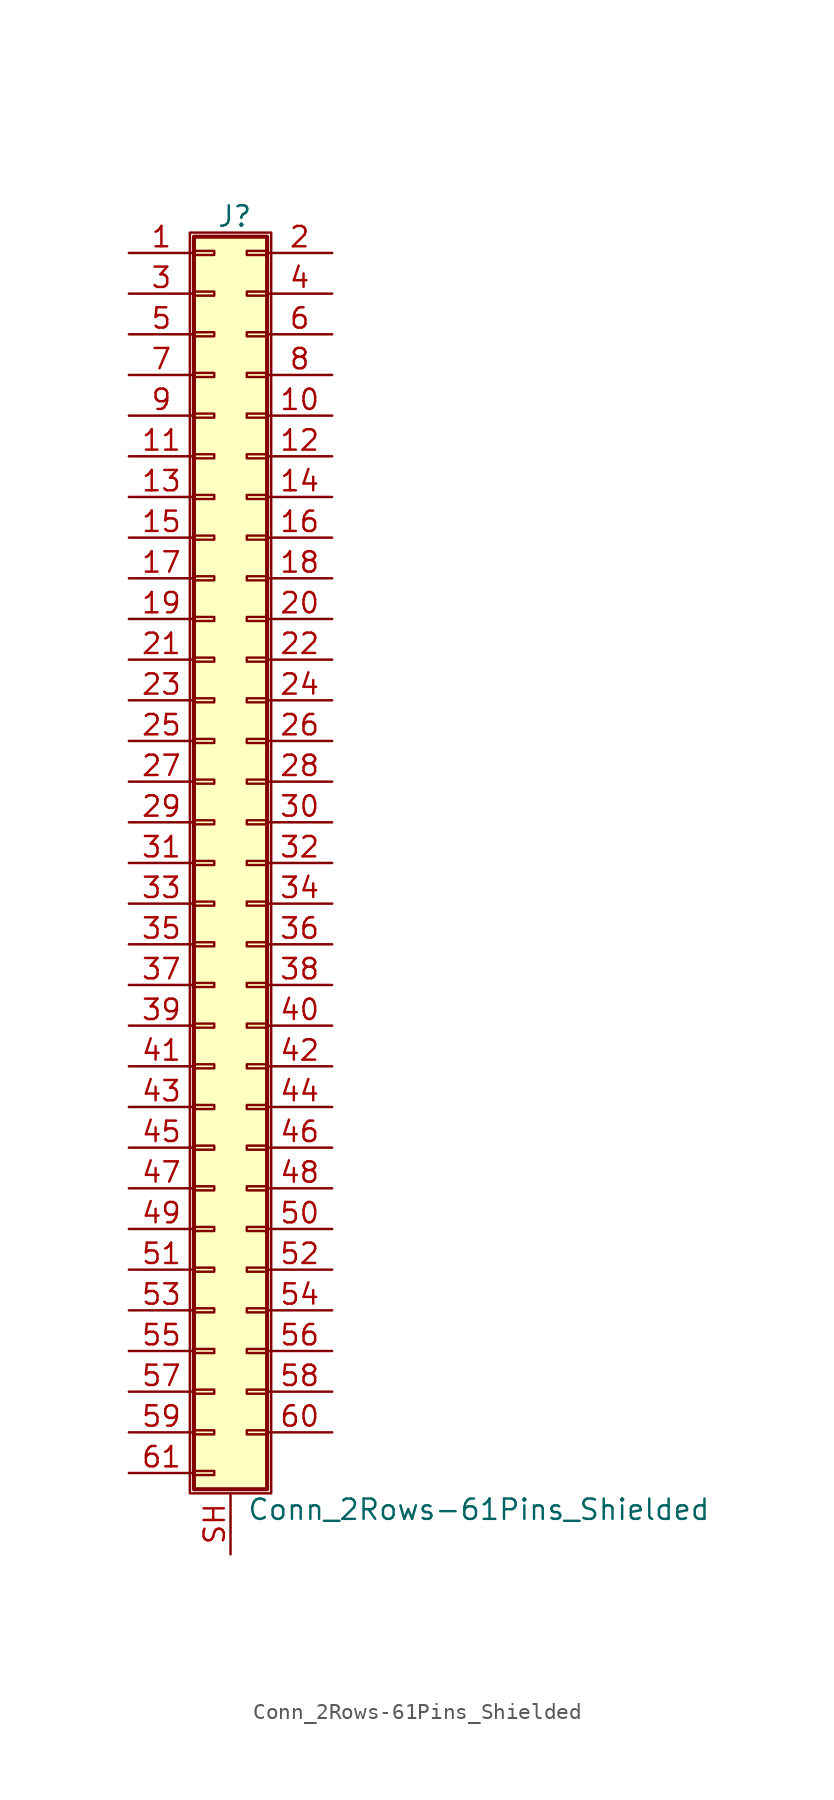
<source format=kicad_sym>
(kicad_symbol_lib
  (version 20211014)
  (generator kicad_symbol_editor)
  (symbol "Conn_2Rows-61Pins_Shielded"
    (pin_names
      (offset 1.016) hide)
    (property "Reference" "J"
      (at 1.524 40.386 0)
      (effects (font (size 1.27 1.27))))
    (property "Value" "Conn_2Rows-61Pins_Shielded"
      (at 2.286 -40.386 0)
      (effects (font (size 1.27 1.27)) (justify left)))
    (symbol "Conn_2Rows-61Pins_Shielded_1_1"
      (rectangle (start -1.27 39.37) (end 3.81 -39.37) (stroke (width 0.152) (type default) (color 0 0 0 0)) (fill (type none)))
      (rectangle (start -1.016 -37.973) (end 0.254 -38.227) (stroke (width 0.152) (type default) (color 0 0 0 0)) (fill (type none)))
      (rectangle (start -1.016 -35.433) (end 0.254 -35.687) (stroke (width 0.152) (type default) (color 0 0 0 0)) (fill (type none)))
      (rectangle (start -1.016 -32.893) (end 0.254 -33.147) (stroke (width 0.152) (type default) (color 0 0 0 0)) (fill (type none)))
      (rectangle (start -1.016 -30.353) (end 0.254 -30.607) (stroke (width 0.152) (type default) (color 0 0 0 0)) (fill (type none)))
      (rectangle (start -1.016 -27.813) (end 0.254 -28.067) (stroke (width 0.152) (type default) (color 0 0 0 0)) (fill (type none)))
      (rectangle (start -1.016 -25.273) (end 0.254 -25.527) (stroke (width 0.152) (type default) (color 0 0 0 0)) (fill (type none)))
      (rectangle (start -1.016 -22.733) (end 0.254 -22.987) (stroke (width 0.152) (type default) (color 0 0 0 0)) (fill (type none)))
      (rectangle (start -1.016 -20.193) (end 0.254 -20.447) (stroke (width 0.152) (type default) (color 0 0 0 0)) (fill (type none)))
      (rectangle (start -1.016 -17.653) (end 0.254 -17.907) (stroke (width 0.152) (type default) (color 0 0 0 0)) (fill (type none)))
      (rectangle (start -1.016 -15.113) (end 0.254 -15.367) (stroke (width 0.152) (type default) (color 0 0 0 0)) (fill (type none)))
      (rectangle (start -1.016 -12.573) (end 0.254 -12.827) (stroke (width 0.152) (type default) (color 0 0 0 0)) (fill (type none)))
      (rectangle (start -1.016 -10.033) (end 0.254 -10.287) (stroke (width 0.152) (type default) (color 0 0 0 0)) (fill (type none)))
      (rectangle (start -1.016 -7.493) (end 0.254 -7.747) (stroke (width 0.152) (type default) (color 0 0 0 0)) (fill (type none)))
      (rectangle (start -1.016 -4.953) (end 0.254 -5.207) (stroke (width 0.152) (type default) (color 0 0 0 0)) (fill (type none)))
      (rectangle (start -1.016 -2.413) (end 0.254 -2.667) (stroke (width 0.152) (type default) (color 0 0 0 0)) (fill (type none)))
      (rectangle (start -1.016 0.127) (end 0.254 -0.127) (stroke (width 0.152) (type default) (color 0 0 0 0)) (fill (type none)))
      (rectangle (start -1.016 2.667) (end 0.254 2.413) (stroke (width 0.152) (type default) (color 0 0 0 0)) (fill (type none)))
      (rectangle (start -1.016 5.207) (end 0.254 4.953) (stroke (width 0.152) (type default) (color 0 0 0 0)) (fill (type none)))
      (rectangle (start -1.016 7.747) (end 0.254 7.493) (stroke (width 0.152) (type default) (color 0 0 0 0)) (fill (type none)))
      (rectangle (start -1.016 10.287) (end 0.254 10.033) (stroke (width 0.152) (type default) (color 0 0 0 0)) (fill (type none)))
      (rectangle (start -1.016 12.827) (end 0.254 12.573) (stroke (width 0.152) (type default) (color 0 0 0 0)) (fill (type none)))
      (rectangle (start -1.016 15.367) (end 0.254 15.113) (stroke (width 0.152) (type default) (color 0 0 0 0)) (fill (type none)))
      (rectangle (start -1.016 17.907) (end 0.254 17.653) (stroke (width 0.152) (type default) (color 0 0 0 0)) (fill (type none)))
      (rectangle (start -1.016 20.447) (end 0.254 20.193) (stroke (width 0.152) (type default) (color 0 0 0 0)) (fill (type none)))
      (rectangle (start -1.016 22.987) (end 0.254 22.733) (stroke (width 0.152) (type default) (color 0 0 0 0)) (fill (type none)))
      (rectangle (start -1.016 25.527) (end 0.254 25.273) (stroke (width 0.152) (type default) (color 0 0 0 0)) (fill (type none)))
      (rectangle (start -1.016 28.067) (end 0.254 27.813) (stroke (width 0.152) (type default) (color 0 0 0 0)) (fill (type none)))
      (rectangle (start -1.016 30.607) (end 0.254 30.353) (stroke (width 0.152) (type default) (color 0 0 0 0)) (fill (type none)))
      (rectangle (start -1.016 33.147) (end 0.254 32.893) (stroke (width 0.152) (type default) (color 0 0 0 0)) (fill (type none)))
      (rectangle (start -1.016 35.687) (end 0.254 35.433) (stroke (width 0.152) (type default) (color 0 0 0 0)) (fill (type none)))
      (rectangle (start -1.016 38.227) (end 0.254 37.973) (stroke (width 0.152) (type default) (color 0 0 0 0)) (fill (type none)))
      (rectangle (start -1.016 39.116) (end 3.556 -39.116) (stroke (width 0.254) (type default) (color 0 0 0 0)) (fill (type background)))
      (rectangle (start 3.556 -35.433) (end 2.286 -35.687) (stroke (width 0.152) (type default) (color 0 0 0 0)) (fill (type none)))
      (rectangle (start 3.556 -32.893) (end 2.286 -33.147) (stroke (width 0.152) (type default) (color 0 0 0 0)) (fill (type none)))
      (rectangle (start 3.556 -30.353) (end 2.286 -30.607) (stroke (width 0.152) (type default) (color 0 0 0 0)) (fill (type none)))
      (rectangle (start 3.556 -27.813) (end 2.286 -28.067) (stroke (width 0.152) (type default) (color 0 0 0 0)) (fill (type none)))
      (rectangle (start 3.556 -25.273) (end 2.286 -25.527) (stroke (width 0.152) (type default) (color 0 0 0 0)) (fill (type none)))
      (rectangle (start 3.556 -22.733) (end 2.286 -22.987) (stroke (width 0.152) (type default) (color 0 0 0 0)) (fill (type none)))
      (rectangle (start 3.556 -20.193) (end 2.286 -20.447) (stroke (width 0.152) (type default) (color 0 0 0 0)) (fill (type none)))
      (rectangle (start 3.556 -17.653) (end 2.286 -17.907) (stroke (width 0.152) (type default) (color 0 0 0 0)) (fill (type none)))
      (rectangle (start 3.556 -15.113) (end 2.286 -15.367) (stroke (width 0.152) (type default) (color 0 0 0 0)) (fill (type none)))
      (rectangle (start 3.556 -12.573) (end 2.286 -12.827) (stroke (width 0.152) (type default) (color 0 0 0 0)) (fill (type none)))
      (rectangle (start 3.556 -10.033) (end 2.286 -10.287) (stroke (width 0.152) (type default) (color 0 0 0 0)) (fill (type none)))
      (rectangle (start 3.556 -7.493) (end 2.286 -7.747) (stroke (width 0.152) (type default) (color 0 0 0 0)) (fill (type none)))
      (rectangle (start 3.556 -4.953) (end 2.286 -5.207) (stroke (width 0.152) (type default) (color 0 0 0 0)) (fill (type none)))
      (rectangle (start 3.556 -2.413) (end 2.286 -2.667) (stroke (width 0.152) (type default) (color 0 0 0 0)) (fill (type none)))
      (rectangle (start 3.556 0.127) (end 2.286 -0.127) (stroke (width 0.152) (type default) (color 0 0 0 0)) (fill (type none)))
      (rectangle (start 3.556 2.667) (end 2.286 2.413) (stroke (width 0.152) (type default) (color 0 0 0 0)) (fill (type none)))
      (rectangle (start 3.556 5.207) (end 2.286 4.953) (stroke (width 0.152) (type default) (color 0 0 0 0)) (fill (type none)))
      (rectangle (start 3.556 7.747) (end 2.286 7.493) (stroke (width 0.152) (type default) (color 0 0 0 0)) (fill (type none)))
      (rectangle (start 3.556 10.287) (end 2.286 10.033) (stroke (width 0.152) (type default) (color 0 0 0 0)) (fill (type none)))
      (rectangle (start 3.556 12.827) (end 2.286 12.573) (stroke (width 0.152) (type default) (color 0 0 0 0)) (fill (type none)))
      (rectangle (start 3.556 15.367) (end 2.286 15.113) (stroke (width 0.152) (type default) (color 0 0 0 0)) (fill (type none)))
      (rectangle (start 3.556 17.907) (end 2.286 17.653) (stroke (width 0.152) (type default) (color 0 0 0 0)) (fill (type none)))
      (rectangle (start 3.556 20.447) (end 2.286 20.193) (stroke (width 0.152) (type default) (color 0 0 0 0)) (fill (type none)))
      (rectangle (start 3.556 22.987) (end 2.286 22.733) (stroke (width 0.152) (type default) (color 0 0 0 0)) (fill (type none)))
      (rectangle (start 3.556 25.527) (end 2.286 25.273) (stroke (width 0.152) (type default) (color 0 0 0 0)) (fill (type none)))
      (rectangle (start 3.556 28.067) (end 2.286 27.813) (stroke (width 0.152) (type default) (color 0 0 0 0)) (fill (type none)))
      (rectangle (start 3.556 30.607) (end 2.286 30.353) (stroke (width 0.152) (type default) (color 0 0 0 0)) (fill (type none)))
      (rectangle (start 3.556 33.147) (end 2.286 32.893) (stroke (width 0.152) (type default) (color 0 0 0 0)) (fill (type none)))
      (rectangle (start 3.556 35.687) (end 2.286 35.433) (stroke (width 0.152) (type default) (color 0 0 0 0)) (fill (type none)))
      (rectangle (start 3.556 38.227) (end 2.286 37.973) (stroke (width 0.152) (type default) (color 0 0 0 0)) (fill (type none)))
      (pin passive line (at -5.08 38.1 0) (length 4.064) (name "Pin_1" (effects (font (size 1.27 1.27)))) (number "1" (effects (font (size 1.27 1.27)))))
      (pin passive line (at 7.62 27.94 180) (length 4.064) (name "Pin_10" (effects (font (size 1.27 1.27)))) (number "10" (effects (font (size 1.27 1.27)))))
      (pin passive line (at -5.08 25.4 0) (length 4.064) (name "Pin_11" (effects (font (size 1.27 1.27)))) (number "11" (effects (font (size 1.27 1.27)))))
      (pin passive line (at 7.62 25.4 180) (length 4.064) (name "Pin_12" (effects (font (size 1.27 1.27)))) (number "12" (effects (font (size 1.27 1.27)))))
      (pin passive line (at -5.08 22.86 0) (length 4.064) (name "Pin_13" (effects (font (size 1.27 1.27)))) (number "13" (effects (font (size 1.27 1.27)))))
      (pin passive line (at 7.62 22.86 180) (length 4.064) (name "Pin_14" (effects (font (size 1.27 1.27)))) (number "14" (effects (font (size 1.27 1.27)))))
      (pin passive line (at -5.08 20.32 0) (length 4.064) (name "Pin_15" (effects (font (size 1.27 1.27)))) (number "15" (effects (font (size 1.27 1.27)))))
      (pin passive line (at 7.62 20.32 180) (length 4.064) (name "Pin_16" (effects (font (size 1.27 1.27)))) (number "16" (effects (font (size 1.27 1.27)))))
      (pin passive line (at -5.08 17.78 0) (length 4.064) (name "Pin_17" (effects (font (size 1.27 1.27)))) (number "17" (effects (font (size 1.27 1.27)))))
      (pin passive line (at 7.62 17.78 180) (length 4.064) (name "Pin_18" (effects (font (size 1.27 1.27)))) (number "18" (effects (font (size 1.27 1.27)))))
      (pin passive line (at -5.08 15.24 0) (length 4.064) (name "Pin_19" (effects (font (size 1.27 1.27)))) (number "19" (effects (font (size 1.27 1.27)))))
      (pin passive line (at 7.62 38.1 180) (length 4.064) (name "Pin_2" (effects (font (size 1.27 1.27)))) (number "2" (effects (font (size 1.27 1.27)))))
      (pin passive line (at 7.62 15.24 180) (length 4.064) (name "Pin_20" (effects (font (size 1.27 1.27)))) (number "20" (effects (font (size 1.27 1.27)))))
      (pin passive line (at -5.08 12.7 0) (length 4.064) (name "Pin_21" (effects (font (size 1.27 1.27)))) (number "21" (effects (font (size 1.27 1.27)))))
      (pin passive line (at 7.62 12.7 180) (length 4.064) (name "Pin_22" (effects (font (size 1.27 1.27)))) (number "22" (effects (font (size 1.27 1.27)))))
      (pin passive line (at -5.08 10.16 0) (length 4.064) (name "Pin_23" (effects (font (size 1.27 1.27)))) (number "23" (effects (font (size 1.27 1.27)))))
      (pin passive line (at 7.62 10.16 180) (length 4.064) (name "Pin_24" (effects (font (size 1.27 1.27)))) (number "24" (effects (font (size 1.27 1.27)))))
      (pin passive line (at -5.08 7.62 0) (length 4.064) (name "Pin_25" (effects (font (size 1.27 1.27)))) (number "25" (effects (font (size 1.27 1.27)))))
      (pin passive line (at 7.62 7.62 180) (length 4.064) (name "Pin_26" (effects (font (size 1.27 1.27)))) (number "26" (effects (font (size 1.27 1.27)))))
      (pin passive line (at -5.08 5.08 0) (length 4.064) (name "Pin_27" (effects (font (size 1.27 1.27)))) (number "27" (effects (font (size 1.27 1.27)))))
      (pin passive line (at 7.62 5.08 180) (length 4.064) (name "Pin_28" (effects (font (size 1.27 1.27)))) (number "28" (effects (font (size 1.27 1.27)))))
      (pin passive line (at -5.08 2.54 0) (length 4.064) (name "Pin_29" (effects (font (size 1.27 1.27)))) (number "29" (effects (font (size 1.27 1.27)))))
      (pin passive line (at -5.08 35.56 0) (length 4.064) (name "Pin_3" (effects (font (size 1.27 1.27)))) (number "3" (effects (font (size 1.27 1.27)))))
      (pin passive line (at 7.62 2.54 180) (length 4.064) (name "Pin_30" (effects (font (size 1.27 1.27)))) (number "30" (effects (font (size 1.27 1.27)))))
      (pin passive line (at -5.08 0 0) (length 4.064) (name "Pin_31" (effects (font (size 1.27 1.27)))) (number "31" (effects (font (size 1.27 1.27)))))
      (pin passive line (at 7.62 0 180) (length 4.064) (name "Pin_32" (effects (font (size 1.27 1.27)))) (number "32" (effects (font (size 1.27 1.27)))))
      (pin passive line (at -5.08 -2.54 0) (length 4.064) (name "Pin_33" (effects (font (size 1.27 1.27)))) (number "33" (effects (font (size 1.27 1.27)))))
      (pin passive line (at 7.62 -2.54 180) (length 4.064) (name "Pin_34" (effects (font (size 1.27 1.27)))) (number "34" (effects (font (size 1.27 1.27)))))
      (pin passive line (at -5.08 -5.08 0) (length 4.064) (name "Pin_35" (effects (font (size 1.27 1.27)))) (number "35" (effects (font (size 1.27 1.27)))))
      (pin passive line (at 7.62 -5.08 180) (length 4.064) (name "Pin_36" (effects (font (size 1.27 1.27)))) (number "36" (effects (font (size 1.27 1.27)))))
      (pin passive line (at -5.08 -7.62 0) (length 4.064) (name "Pin_37" (effects (font (size 1.27 1.27)))) (number "37" (effects (font (size 1.27 1.27)))))
      (pin passive line (at 7.62 -7.62 180) (length 4.064) (name "Pin_38" (effects (font (size 1.27 1.27)))) (number "38" (effects (font (size 1.27 1.27)))))
      (pin passive line (at -5.08 -10.16 0) (length 4.064) (name "Pin_39" (effects (font (size 1.27 1.27)))) (number "39" (effects (font (size 1.27 1.27)))))
      (pin passive line (at 7.62 35.56 180) (length 4.064) (name "Pin_4" (effects (font (size 1.27 1.27)))) (number "4" (effects (font (size 1.27 1.27)))))
      (pin passive line (at 7.62 -10.16 180) (length 4.064) (name "Pin_40" (effects (font (size 1.27 1.27)))) (number "40" (effects (font (size 1.27 1.27)))))
      (pin passive line (at -5.08 -12.7 0) (length 4.064) (name "Pin_41" (effects (font (size 1.27 1.27)))) (number "41" (effects (font (size 1.27 1.27)))))
      (pin passive line (at 7.62 -12.7 180) (length 4.064) (name "Pin_42" (effects (font (size 1.27 1.27)))) (number "42" (effects (font (size 1.27 1.27)))))
      (pin passive line (at -5.08 -15.24 0) (length 4.064) (name "Pin_43" (effects (font (size 1.27 1.27)))) (number "43" (effects (font (size 1.27 1.27)))))
      (pin passive line (at 7.62 -15.24 180) (length 4.064) (name "Pin_44" (effects (font (size 1.27 1.27)))) (number "44" (effects (font (size 1.27 1.27)))))
      (pin passive line (at -5.08 -17.78 0) (length 4.064) (name "Pin_45" (effects (font (size 1.27 1.27)))) (number "45" (effects (font (size 1.27 1.27)))))
      (pin passive line (at 7.62 -17.78 180) (length 4.064) (name "Pin_46" (effects (font (size 1.27 1.27)))) (number "46" (effects (font (size 1.27 1.27)))))
      (pin passive line (at -5.08 -20.32 0) (length 4.064) (name "Pin_47" (effects (font (size 1.27 1.27)))) (number "47" (effects (font (size 1.27 1.27)))))
      (pin passive line (at 7.62 -20.32 180) (length 4.064) (name "Pin_48" (effects (font (size 1.27 1.27)))) (number "48" (effects (font (size 1.27 1.27)))))
      (pin passive line (at -5.08 -22.86 0) (length 4.064) (name "Pin_49" (effects (font (size 1.27 1.27)))) (number "49" (effects (font (size 1.27 1.27)))))
      (pin passive line (at -5.08 33.02 0) (length 4.064) (name "Pin_5" (effects (font (size 1.27 1.27)))) (number "5" (effects (font (size 1.27 1.27)))))
      (pin passive line (at 7.62 -22.86 180) (length 4.064) (name "Pin_50" (effects (font (size 1.27 1.27)))) (number "50" (effects (font (size 1.27 1.27)))))
      (pin passive line (at -5.08 -25.4 0) (length 4.064) (name "Pin_51" (effects (font (size 1.27 1.27)))) (number "51" (effects (font (size 1.27 1.27)))))
      (pin passive line (at 7.62 -25.4 180) (length 4.064) (name "Pin_52" (effects (font (size 1.27 1.27)))) (number "52" (effects (font (size 1.27 1.27)))))
      (pin passive line (at -5.08 -27.94 0) (length 4.064) (name "Pin_53" (effects (font (size 1.27 1.27)))) (number "53" (effects (font (size 1.27 1.27)))))
      (pin passive line (at 7.62 -27.94 180) (length 4.064) (name "Pin_54" (effects (font (size 1.27 1.27)))) (number "54" (effects (font (size 1.27 1.27)))))
      (pin passive line (at -5.08 -30.48 0) (length 4.064) (name "Pin_55" (effects (font (size 1.27 1.27)))) (number "55" (effects (font (size 1.27 1.27)))))
      (pin passive line (at 7.62 -30.48 180) (length 4.064) (name "Pin_56" (effects (font (size 1.27 1.27)))) (number "56" (effects (font (size 1.27 1.27)))))
      (pin passive line (at -5.08 -33.02 0) (length 4.064) (name "Pin_57" (effects (font (size 1.27 1.27)))) (number "57" (effects (font (size 1.27 1.27)))))
      (pin passive line (at 7.62 -33.02 180) (length 4.064) (name "Pin_58" (effects (font (size 1.27 1.27)))) (number "58" (effects (font (size 1.27 1.27)))))
      (pin passive line (at -5.08 -35.56 0) (length 4.064) (name "Pin_59" (effects (font (size 1.27 1.27)))) (number "59" (effects (font (size 1.27 1.27)))))
      (pin passive line (at 7.62 33.02 180) (length 4.064) (name "Pin_6" (effects (font (size 1.27 1.27)))) (number "6" (effects (font (size 1.27 1.27)))))
      (pin passive line (at 7.62 -35.56 180) (length 4.064) (name "Pin_60" (effects (font (size 1.27 1.27)))) (number "60" (effects (font (size 1.27 1.27)))))
      (pin passive line (at -5.08 -38.1 0) (length 4.064) (name "Pin_61" (effects (font (size 1.27 1.27)))) (number "61" (effects (font (size 1.27 1.27)))))
      (pin passive line (at -5.08 30.48 0) (length 4.064) (name "Pin_7" (effects (font (size 1.27 1.27)))) (number "7" (effects (font (size 1.27 1.27)))))
      (pin passive line (at 7.62 30.48 180) (length 4.064) (name "Pin_8" (effects (font (size 1.27 1.27)))) (number "8" (effects (font (size 1.27 1.27)))))
      (pin passive line (at -5.08 27.94 0) (length 4.064) (name "Pin_9" (effects (font (size 1.27 1.27)))) (number "9" (effects (font (size 1.27 1.27)))))
      (pin passive line (at 1.27 -43.18 90) (length 3.81) (name "Shield" (effects (font (size 1.27 1.27)))) (number "SH" (effects (font (size 1.27 1.27))))))))
</source>
